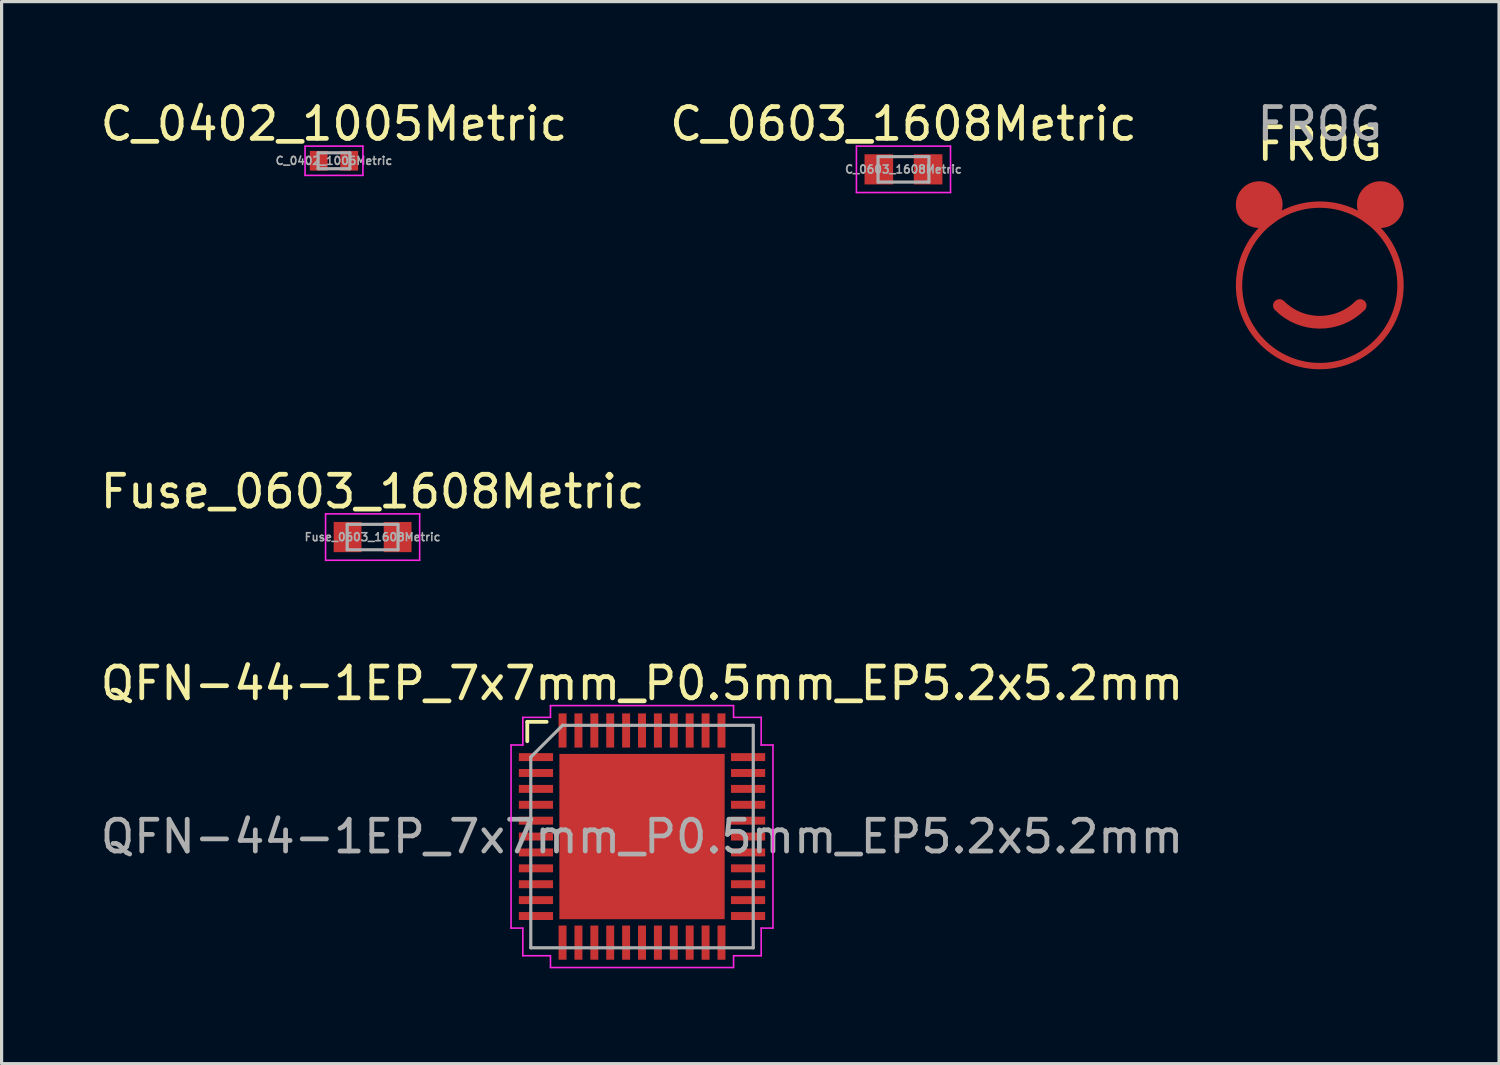
<source format=kicad_pcb>
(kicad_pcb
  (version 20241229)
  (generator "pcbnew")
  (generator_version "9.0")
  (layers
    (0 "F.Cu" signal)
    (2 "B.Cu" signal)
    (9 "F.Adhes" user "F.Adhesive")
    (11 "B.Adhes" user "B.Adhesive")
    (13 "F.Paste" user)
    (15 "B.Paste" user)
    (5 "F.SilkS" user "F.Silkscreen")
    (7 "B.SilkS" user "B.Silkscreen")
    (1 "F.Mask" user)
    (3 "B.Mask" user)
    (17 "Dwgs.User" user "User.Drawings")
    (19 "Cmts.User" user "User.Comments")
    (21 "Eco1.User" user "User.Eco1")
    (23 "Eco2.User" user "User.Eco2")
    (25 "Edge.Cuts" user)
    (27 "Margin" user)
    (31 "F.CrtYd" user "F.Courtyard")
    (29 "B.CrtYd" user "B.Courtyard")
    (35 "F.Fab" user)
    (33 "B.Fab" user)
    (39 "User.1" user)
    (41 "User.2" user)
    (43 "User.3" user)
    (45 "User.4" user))
  (footprint "QFN-44-1EP_7x7mm_P0.5mm_EP5.2x5.2mm"
    (layer "F.Cu")
    (at 17.149 23.27)
    (property "Reference" "QFN-44-1EP_7x7mm_P0.5mm_EP5.2x5.2mm" (at 0 -4.82 0) (layer "F.SilkS") (effects (font (size 1 1) (thickness 0.15))))
    (attr smd)
    (fp_line (start -3.61 -3) (end -3.61 -3.61) (stroke (width 0.12) (type solid)) (layer "F.SilkS"))
    (fp_line (start -3 -3.61) (end -3.61 -3.61) (stroke (width 0.12) (type solid)) (layer "F.SilkS"))
    (fp_line (start -4.12 -2.88) (end -4.12 2.88) (stroke (width 0.05) (type solid)) (layer "F.CrtYd"))
    (fp_line (start -3.75 -3.75) (end -3.75 -2.88) (stroke (width 0.05) (type default)) (layer "F.CrtYd"))
    (fp_line (start -3.75 -3.75) (end -2.88 -3.75) (stroke (width 0.05) (type default)) (layer "F.CrtYd"))
    (fp_line (start -3.75 -2.88) (end -4.12 -2.88) (stroke (width 0.05) (type default)) (layer "F.CrtYd"))
    (fp_line (start -3.75 2.88) (end -4.12 2.88) (stroke (width 0.05) (type default)) (layer "F.CrtYd"))
    (fp_line (start -3.75 3.75) (end -3.75 2.88) (stroke (width 0.05) (type default)) (layer "F.CrtYd"))
    (fp_line (start -3.75 3.75) (end -2.88 3.75) (stroke (width 0.05) (type default)) (layer "F.CrtYd"))
    (fp_line (start -2.88 -3.75) (end -2.88 -4.12) (stroke (width 0.05) (type default)) (layer "F.CrtYd"))
    (fp_line (start -2.88 3.75) (end -2.88 4.12) (stroke (width 0.05) (type default)) (layer "F.CrtYd"))
    (fp_line (start -2.88 4.12) (end 2.88 4.12) (stroke (width 0.05) (type solid)) (layer "F.CrtYd"))
    (fp_line (start 2.88 -4.12) (end -2.88 -4.12) (stroke (width 0.05) (type solid)) (layer "F.CrtYd"))
    (fp_line (start 2.88 -3.75) (end 2.88 -4.12) (stroke (width 0.05) (type default)) (layer "F.CrtYd"))
    (fp_line (start 2.88 3.75) (end 2.88 4.12) (stroke (width 0.05) (type default)) (layer "F.CrtYd"))
    (fp_line (start 3.75 -3.75) (end 2.88 -3.75) (stroke (width 0.05) (type default)) (layer "F.CrtYd"))
    (fp_line (start 3.75 -3.75) (end 3.75 -2.88) (stroke (width 0.05) (type default)) (layer "F.CrtYd"))
    (fp_line (start 3.75 -2.88) (end 4.12 -2.88) (stroke (width 0.05) (type default)) (layer "F.CrtYd"))
    (fp_line (start 3.75 2.88) (end 4.12 2.88) (stroke (width 0.05) (type default)) (layer "F.CrtYd"))
    (fp_line (start 3.75 3.75) (end 2.88 3.75) (stroke (width 0.05) (type default)) (layer "F.CrtYd"))
    (fp_line (start 3.75 3.75) (end 3.75 2.88) (stroke (width 0.05) (type default)) (layer "F.CrtYd"))
    (fp_line (start 4.12 2.88) (end 4.12 -2.88) (stroke (width 0.05) (type solid)) (layer "F.CrtYd"))
    (fp_line (start -3.5 -2.5) (end -2.5 -3.5) (stroke (width 0.1) (type solid)) (layer "F.Fab"))
    (fp_line (start -3.5 3.5) (end -3.5 -2.5) (stroke (width 0.1) (type solid)) (layer "F.Fab"))
    (fp_line (start -2.5 -3.5) (end 3.5 -3.5) (stroke (width 0.1) (type solid)) (layer "F.Fab"))
    (fp_line (start 3.5 -3.5) (end 3.5 3.5) (stroke (width 0.1) (type solid)) (layer "F.Fab"))
    (fp_line (start 3.5 3.5) (end -3.5 3.5) (stroke (width 0.1) (type solid)) (layer "F.Fab"))
    (fp_text user "${REFERENCE}" (at 0 0 0) (layer "F.Fab") (effects (font (size 1 1) (thickness 0.15))))
    (pad "" smd roundrect (at -1.95 -1.95) (size 1.05 1.05) (layers "F.Paste") (roundrect_rratio 0.238))
    (pad "" smd roundrect (at -1.95 -0.65) (size 1.05 1.05) (layers "F.Paste") (roundrect_rratio 0.238))
    (pad "" smd roundrect (at -1.95 0.65) (size 1.05 1.05) (layers "F.Paste") (roundrect_rratio 0.238))
    (pad "" smd roundrect (at -1.95 1.95) (size 1.05 1.05) (layers "F.Paste") (roundrect_rratio 0.238))
    (pad "" smd roundrect (at -0.65 -1.95) (size 1.05 1.05) (layers "F.Paste") (roundrect_rratio 0.238))
    (pad "" smd roundrect (at -0.65 -0.65) (size 1.05 1.05) (layers "F.Paste") (roundrect_rratio 0.238))
    (pad "" smd roundrect (at -0.65 0.65) (size 1.05 1.05) (layers "F.Paste") (roundrect_rratio 0.238))
    (pad "" smd roundrect (at -0.65 1.95) (size 1.05 1.05) (layers "F.Paste") (roundrect_rratio 0.238))
    (pad "" smd roundrect (at 0.65 -1.95) (size 1.05 1.05) (layers "F.Paste") (roundrect_rratio 0.238))
    (pad "" smd roundrect (at 0.65 -0.65) (size 1.05 1.05) (layers "F.Paste") (roundrect_rratio 0.238))
    (pad "" smd roundrect (at 0.65 0.65) (size 1.05 1.05) (layers "F.Paste") (roundrect_rratio 0.238))
    (pad "" smd roundrect (at 0.65 1.95) (size 1.05 1.05) (layers "F.Paste") (roundrect_rratio 0.238))
    (pad "" smd roundrect (at 1.95 -1.95) (size 1.05 1.05) (layers "F.Paste") (roundrect_rratio 0.238))
    (pad "" smd roundrect (at 1.95 -0.65) (size 1.05 1.05) (layers "F.Paste") (roundrect_rratio 0.238))
    (pad "" smd roundrect (at 1.95 0.65) (size 1.05 1.05) (layers "F.Paste") (roundrect_rratio 0.238))
    (pad "" smd roundrect (at 1.95 1.95) (size 1.05 1.05) (layers "F.Paste") (roundrect_rratio 0.238))
    (pad "1" smd rect (at -3.337 -2.5) (size 1.075 0.25) (layers "F.Cu" "F.Mask" "F.Paste"))
    (pad "2" smd rect (at -3.337 -2) (size 1.075 0.25) (layers "F.Cu" "F.Mask" "F.Paste"))
    (pad "3" smd rect (at -3.337 -1.5) (size 1.075 0.25) (layers "F.Cu" "F.Mask" "F.Paste"))
    (pad "4" smd rect (at -3.337 -1) (size 1.075 0.25) (layers "F.Cu" "F.Mask" "F.Paste"))
    (pad "5" smd rect (at -3.337 -0.5) (size 1.075 0.25) (layers "F.Cu" "F.Mask" "F.Paste"))
    (pad "6" smd rect (at -3.337 0) (size 1.075 0.25) (layers "F.Cu" "F.Mask" "F.Paste"))
    (pad "7" smd rect (at -3.337 0.5) (size 1.075 0.25) (layers "F.Cu" "F.Mask" "F.Paste"))
    (pad "8" smd rect (at -3.337 1) (size 1.075 0.25) (layers "F.Cu" "F.Mask" "F.Paste"))
    (pad "9" smd rect (at -3.337 1.5) (size 1.075 0.25) (layers "F.Cu" "F.Mask" "F.Paste"))
    (pad "10" smd rect (at -3.337 2) (size 1.075 0.25) (layers "F.Cu" "F.Mask" "F.Paste"))
    (pad "11" smd rect (at -3.337 2.5) (size 1.075 0.25) (layers "F.Cu" "F.Mask" "F.Paste"))
    (pad "12" smd rect (at -2.5 3.337) (size 0.25 1.075) (layers "F.Cu" "F.Mask" "F.Paste"))
    (pad "13" smd rect (at -2 3.337) (size 0.25 1.075) (layers "F.Cu" "F.Mask" "F.Paste"))
    (pad "14" smd rect (at -1.5 3.337) (size 0.25 1.075) (layers "F.Cu" "F.Mask" "F.Paste"))
    (pad "15" smd rect (at -1 3.337) (size 0.25 1.075) (layers "F.Cu" "F.Mask" "F.Paste"))
    (pad "16" smd rect (at -0.5 3.337) (size 0.25 1.075) (layers "F.Cu" "F.Mask" "F.Paste"))
    (pad "17" smd rect (at 0 3.337) (size 0.25 1.075) (layers "F.Cu" "F.Mask" "F.Paste"))
    (pad "18" smd rect (at 0.5 3.337) (size 0.25 1.075) (layers "F.Cu" "F.Mask" "F.Paste"))
    (pad "19" smd rect (at 1 3.337) (size 0.25 1.075) (layers "F.Cu" "F.Mask" "F.Paste"))
    (pad "20" smd rect (at 1.5 3.337) (size 0.25 1.075) (layers "F.Cu" "F.Mask" "F.Paste"))
    (pad "21" smd rect (at 2 3.337) (size 0.25 1.075) (layers "F.Cu" "F.Mask" "F.Paste"))
    (pad "22" smd rect (at 2.5 3.337) (size 0.25 1.075) (layers "F.Cu" "F.Mask" "F.Paste"))
    (pad "23" smd rect (at 3.337 2.5) (size 1.075 0.25) (layers "F.Cu" "F.Mask" "F.Paste"))
    (pad "24" smd rect (at 3.337 2) (size 1.075 0.25) (layers "F.Cu" "F.Mask" "F.Paste"))
    (pad "25" smd rect (at 3.337 1.5) (size 1.075 0.25) (layers "F.Cu" "F.Mask" "F.Paste"))
    (pad "26" smd rect (at 3.337 1) (size 1.075 0.25) (layers "F.Cu" "F.Mask" "F.Paste"))
    (pad "27" smd rect (at 3.337 0.5) (size 1.075 0.25) (layers "F.Cu" "F.Mask" "F.Paste"))
    (pad "28" smd rect (at 3.337 0) (size 1.075 0.25) (layers "F.Cu" "F.Mask" "F.Paste"))
    (pad "29" smd rect (at 3.337 -0.5) (size 1.075 0.25) (layers "F.Cu" "F.Mask" "F.Paste"))
    (pad "30" smd rect (at 3.337 -1) (size 1.075 0.25) (layers "F.Cu" "F.Mask" "F.Paste"))
    (pad "31" smd rect (at 3.337 -1.5) (size 1.075 0.25) (layers "F.Cu" "F.Mask" "F.Paste"))
    (pad "32" smd rect (at 3.337 -2) (size 1.075 0.25) (layers "F.Cu" "F.Mask" "F.Paste"))
    (pad "33" smd rect (at 3.337 -2.5) (size 1.075 0.25) (layers "F.Cu" "F.Mask" "F.Paste"))
    (pad "34" smd rect (at 2.5 -3.337) (size 0.25 1.075) (layers "F.Cu" "F.Mask" "F.Paste"))
    (pad "35" smd rect (at 2 -3.337) (size 0.25 1.075) (layers "F.Cu" "F.Mask" "F.Paste"))
    (pad "36" smd rect (at 1.5 -3.337) (size 0.25 1.075) (layers "F.Cu" "F.Mask" "F.Paste"))
    (pad "37" smd rect (at 1 -3.337) (size 0.25 1.075) (layers "F.Cu" "F.Mask" "F.Paste"))
    (pad "38" smd rect (at 0.5 -3.337) (size 0.25 1.075) (layers "F.Cu" "F.Mask" "F.Paste"))
    (pad "39" smd rect (at 0 -3.337) (size 0.25 1.075) (layers "F.Cu" "F.Mask" "F.Paste"))
    (pad "40" smd rect (at -0.5 -3.337) (size 0.25 1.075) (layers "F.Cu" "F.Mask" "F.Paste"))
    (pad "41" smd rect (at -1 -3.337) (size 0.25 1.075) (layers "F.Cu" "F.Mask" "F.Paste"))
    (pad "42" smd rect (at -1.5 -3.337) (size 0.25 1.075) (layers "F.Cu" "F.Mask" "F.Paste"))
    (pad "43" smd rect (at -2 -3.337) (size 0.25 1.075) (layers "F.Cu" "F.Mask" "F.Paste"))
    (pad "44" smd rect (at -2.5 -3.337) (size 0.25 1.075) (layers "F.Cu" "F.Mask" "F.Paste"))
    (pad "45" smd rect (at 0 0) (size 5.2 5.2) (layers "F.Cu" "F.Mask")))
  (footprint "Fuse_0603_1608Metric"
    (layer "F.Cu")
    (at 8.673 13.847)
    (property "Reference" "Fuse_0603_1608Metric" (at 0 -1.43 0) (layer "F.SilkS") (effects (font (size 1 1) (thickness 0.15))))
    (attr smd)
    (fp_line (start -1.48 -0.73) (end 1.48 -0.73) (stroke (width 0.05) (type solid)) (layer "F.CrtYd"))
    (fp_line (start -1.48 0.73) (end -1.48 -0.73) (stroke (width 0.05) (type solid)) (layer "F.CrtYd"))
    (fp_line (start 1.48 -0.73) (end 1.48 0.73) (stroke (width 0.05) (type solid)) (layer "F.CrtYd"))
    (fp_line (start 1.48 0.73) (end -1.48 0.73) (stroke (width 0.05) (type solid)) (layer "F.CrtYd"))
    (fp_line (start -0.8 -0.4) (end 0.8 -0.4) (stroke (width 0.1) (type solid)) (layer "F.Fab"))
    (fp_line (start -0.8 0.4) (end -0.8 -0.4) (stroke (width 0.1) (type solid)) (layer "F.Fab"))
    (fp_line (start 0.8 -0.4) (end 0.8 0.4) (stroke (width 0.1) (type solid)) (layer "F.Fab"))
    (fp_line (start 0.8 0.4) (end -0.8 0.4) (stroke (width 0.1) (type solid)) (layer "F.Fab"))
    (fp_text user "${REFERENCE}" (at 0 0 0) (layer "F.Fab") (effects (font (size 0.25 0.25) (thickness 0.05) (bold yes))))
    (pad "1" smd rect (at -0.787 0) (size 0.875 0.95) (layers "F.Cu" "F.Mask" "F.Paste"))
    (pad "2" smd rect (at 0.787 0) (size 0.875 0.95) (layers "F.Cu" "F.Mask" "F.Paste")))
  (footprint "C_0603_1608Metric"
    (layer "F.Cu")
    (at 25.375 2.278)
    (property "Reference" "C_0603_1608Metric" (at 0 -1.43 180) (layer "F.SilkS") (effects (font (size 1 1) (thickness 0.15))))
    (attr smd)
    (fp_line (start -1.48 -0.73) (end 1.48 -0.73) (stroke (width 0.05) (type solid)) (layer "F.CrtYd"))
    (fp_line (start -1.48 0.73) (end -1.48 -0.73) (stroke (width 0.05) (type solid)) (layer "F.CrtYd"))
    (fp_line (start 1.48 -0.73) (end 1.48 0.73) (stroke (width 0.05) (type solid)) (layer "F.CrtYd"))
    (fp_line (start 1.48 0.73) (end -1.48 0.73) (stroke (width 0.05) (type solid)) (layer "F.CrtYd"))
    (fp_line (start -0.8 -0.4) (end 0.8 -0.4) (stroke (width 0.1) (type solid)) (layer "F.Fab"))
    (fp_line (start -0.8 0.4) (end -0.8 -0.4) (stroke (width 0.1) (type solid)) (layer "F.Fab"))
    (fp_line (start 0.8 -0.4) (end 0.8 0.4) (stroke (width 0.1) (type solid)) (layer "F.Fab"))
    (fp_line (start 0.8 0.4) (end -0.8 0.4) (stroke (width 0.1) (type solid)) (layer "F.Fab"))
    (fp_text user "${REFERENCE}" (at 0 0 180) (layer "F.Fab") (effects (font (size 0.25 0.25) (thickness 0.05) (bold yes))))
    (pad "1" smd rect (at -0.775 0) (size 0.9 0.95) (layers "F.Cu" "F.Mask" "F.Paste"))
    (pad "2" smd rect (at 0.775 0) (size 0.9 0.95) (layers "F.Cu" "F.Mask" "F.Paste")))
  (footprint "C_0402_1005Metric"
    (layer "F.Cu")
    (at 7.458 2.008)
    (property "Reference" "C_0402_1005Metric" (at 0 -1.16 0) (layer "F.SilkS") (effects (font (size 1 1) (thickness 0.15))))
    (attr smd)
    (fp_line (start -0.91 -0.46) (end 0.91 -0.46) (stroke (width 0.05) (type solid)) (layer "F.CrtYd"))
    (fp_line (start -0.91 0.46) (end -0.91 -0.46) (stroke (width 0.05) (type solid)) (layer "F.CrtYd"))
    (fp_line (start 0.91 -0.46) (end 0.91 0.46) (stroke (width 0.05) (type solid)) (layer "F.CrtYd"))
    (fp_line (start 0.91 0.46) (end -0.91 0.46) (stroke (width 0.05) (type solid)) (layer "F.CrtYd"))
    (fp_line (start -0.5 -0.25) (end 0.5 -0.25) (stroke (width 0.1) (type solid)) (layer "F.Fab"))
    (fp_line (start -0.5 0.25) (end -0.5 -0.25) (stroke (width 0.1) (type solid)) (layer "F.Fab"))
    (fp_line (start 0.5 -0.25) (end 0.5 0.25) (stroke (width 0.1) (type solid)) (layer "F.Fab"))
    (fp_line (start 0.5 0.25) (end -0.5 0.25) (stroke (width 0.1) (type solid)) (layer "F.Fab"))
    (fp_text user "${REFERENCE}" (at 0 0 0) (layer "F.Fab") (effects (font (size 0.25 0.25) (thickness 0.05) (bold yes))))
    (pad "1" smd rect (at -0.48 0) (size 0.56 0.62) (layers "F.Cu" "F.Mask" "F.Paste"))
    (pad "2" smd rect (at 0.48 0) (size 0.56 0.62) (layers "F.Cu" "F.Mask" "F.Paste")))
  (footprint "FROG"
    (layer "F.Cu")
    (at 38.473 5.928)
    (property "Reference" "FROG" (at 0 -4.445 0) (unlocked yes) (layer "F.SilkS") (effects (font (size 1 1) (thickness 0.15))))
    (attr smd)
    (fp_arc (start 1.27 0.635) (mid 0 1.161051) (end -1.27 0.635) (stroke (width 0.4) (type solid)) (layer "F.Cu"))
    (fp_circle (center -1.905 -2.54) (end -1.27 -2.54) (stroke (width 0.2) (type solid)) (fill yes) (layer "F.Cu"))
    (fp_circle (center 0 0) (end 2.54 0) (stroke (width 0.2) (type solid)) (fill no) (layer "F.Cu"))
    (fp_circle (center 1.905 -2.54) (end 2.54 -2.54) (stroke (width 0.2) (type solid)) (fill yes) (layer "F.Cu"))
    (fp_arc (start 1.27 0.635) (mid 0 1.161051) (end -1.27 0.635) (stroke (width 0.4) (type solid)) (layer "F.Mask"))
    (fp_circle (center -1.905 -2.54) (end -1.27 -2.54) (stroke (width 0.2) (type solid)) (fill no) (layer "F.Mask"))
    (fp_circle (center -1.778 -2.667) (end -1.651 -2.667) (stroke (width 0.12) (type solid)) (fill yes) (layer "F.Mask"))
    (fp_circle (center 0 0) (end 2.54 0) (stroke (width 0.2) (type solid)) (fill no) (layer "F.Mask"))
    (fp_circle (center 1.905 -2.54) (end 2.54 -2.54) (stroke (width 0.2) (type solid)) (fill no) (layer "F.Mask"))
    (fp_circle (center 2.032 -2.667) (end 2.159 -2.667) (stroke (width 0.12) (type solid)) (fill yes) (layer "F.Mask"))
    (fp_text user "${REFERENCE}" (at 0 -5.08 0) (unlocked yes) (layer "F.Fab") (effects (font (size 1 1) (thickness 0.15)))))
  (gr_rect
    (start -3 -3)
    (end 44.113 30.415)
    (stroke (width 0.1) (type default))
    (fill no)
    (layer "Edge.Cuts")))
</source>
